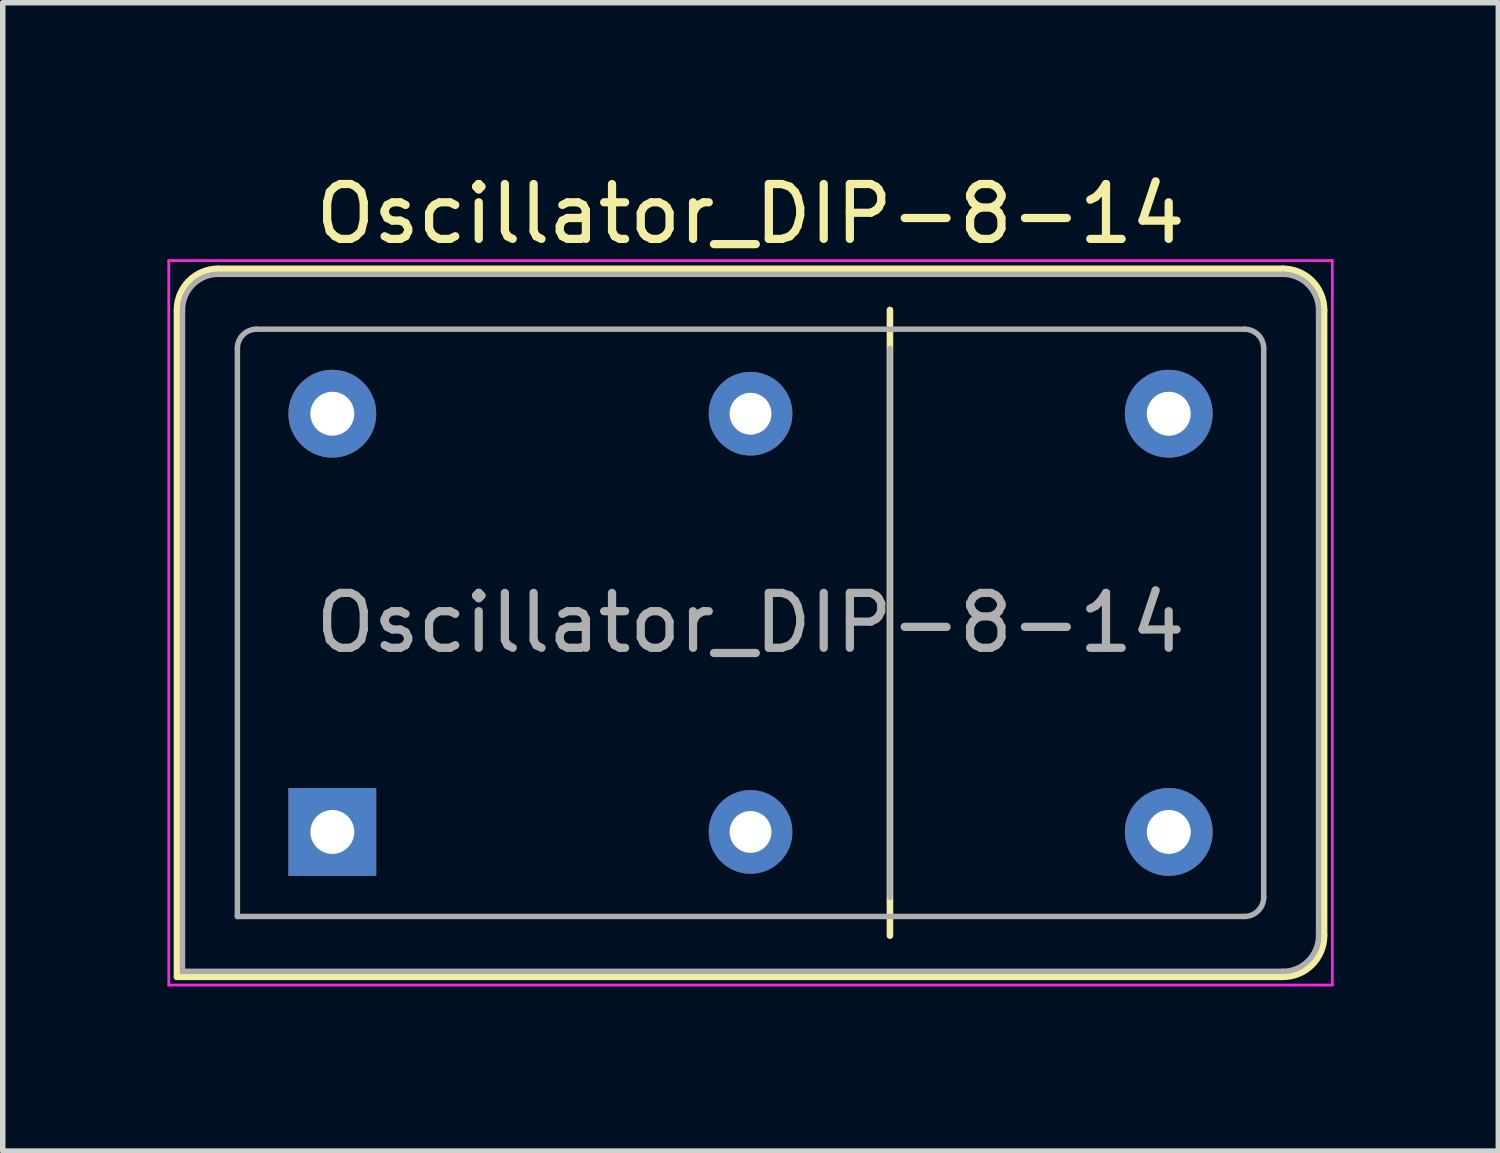
<source format=kicad_pcb>
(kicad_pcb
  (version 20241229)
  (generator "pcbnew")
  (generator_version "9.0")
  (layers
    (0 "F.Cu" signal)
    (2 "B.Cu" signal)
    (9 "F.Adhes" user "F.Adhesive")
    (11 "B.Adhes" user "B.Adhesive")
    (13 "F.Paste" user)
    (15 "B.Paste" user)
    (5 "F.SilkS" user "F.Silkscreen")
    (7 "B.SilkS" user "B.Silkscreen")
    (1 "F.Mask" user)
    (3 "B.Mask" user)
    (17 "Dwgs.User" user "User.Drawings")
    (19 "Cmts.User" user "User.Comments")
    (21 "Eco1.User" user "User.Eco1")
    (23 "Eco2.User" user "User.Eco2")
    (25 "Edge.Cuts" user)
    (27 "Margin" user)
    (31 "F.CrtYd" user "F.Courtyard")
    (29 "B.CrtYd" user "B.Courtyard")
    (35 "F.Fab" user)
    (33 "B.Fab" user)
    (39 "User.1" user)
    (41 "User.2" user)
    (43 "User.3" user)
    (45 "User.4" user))
  (footprint "Oscillator_DIP-8-14"
    (layer "F.Cu")
    (at 3.005 12.108)
    (property "Reference" "Oscillator_DIP-8-14" (at 7.62 -11.26 0) (layer "F.SilkS") (effects (font (size 1 1) (thickness 0.15))))
    (attr through_hole)
    (fp_line (start -2.83 -9.51) (end -2.83 2.64) (stroke (width 0.12) (type solid)) (layer "F.SilkS"))
    (fp_line (start -2.83 2.64) (end 17.32 2.64) (stroke (width 0.12) (type solid)) (layer "F.SilkS"))
    (fp_line (start 10.16 1.89) (end 10.16 -9.51) (stroke (width 0.12) (type solid)) (layer "F.SilkS"))
    (fp_line (start 17.32 -10.26) (end -2.08 -10.26) (stroke (width 0.12) (type solid)) (layer "F.SilkS"))
    (fp_line (start 18.07 1.89) (end 18.07 -9.51) (stroke (width 0.12) (type solid)) (layer "F.SilkS"))
    (fp_arc (start -2.83 -9.51) (mid -2.61033 -10.04033) (end -2.08 -10.26) (stroke (width 0.12) (type solid)) (layer "F.SilkS"))
    (fp_arc (start 17.32 -10.26) (mid 17.85033 -10.04033) (end 18.07 -9.51) (stroke (width 0.12) (type solid)) (layer "F.SilkS"))
    (fp_arc (start 18.07 1.89) (mid 17.85033 2.42033) (end 17.32 2.64) (stroke (width 0.12) (type solid)) (layer "F.SilkS"))
    (fp_line (start -2.98 -10.41) (end -2.98 2.79) (stroke (width 0.05) (type solid)) (layer "F.CrtYd"))
    (fp_line (start -2.98 2.79) (end 18.22 2.79) (stroke (width 0.05) (type solid)) (layer "F.CrtYd"))
    (fp_line (start 18.22 -10.41) (end -2.98 -10.41) (stroke (width 0.05) (type solid)) (layer "F.CrtYd"))
    (fp_line (start 18.22 2.79) (end 18.22 -10.41) (stroke (width 0.05) (type solid)) (layer "F.CrtYd"))
    (fp_line (start -2.73 2.54) (end -2.73 -9.51) (stroke (width 0.1) (type solid)) (layer "F.Fab"))
    (fp_line (start -2.73 2.54) (end 17.32 2.54) (stroke (width 0.1) (type solid)) (layer "F.Fab"))
    (fp_line (start -2.08 -10.16) (end 17.32 -10.16) (stroke (width 0.1) (type solid)) (layer "F.Fab"))
    (fp_line (start -1.73 1.54) (end -1.73 -8.81) (stroke (width 0.1) (type solid)) (layer "F.Fab"))
    (fp_line (start -1.73 1.54) (end 16.62 1.54) (stroke (width 0.1) (type solid)) (layer "F.Fab"))
    (fp_line (start -1.38 -9.16) (end 16.62 -9.16) (stroke (width 0.1) (type solid)) (layer "F.Fab"))
    (fp_line (start 10.16 1.19) (end 10.16 -8.81) (stroke (width 0.1) (type solid)) (layer "F.Fab"))
    (fp_line (start 16.97 1.19) (end 16.97 -8.81) (stroke (width 0.1) (type solid)) (layer "F.Fab"))
    (fp_line (start 17.97 -9.51) (end 17.97 1.89) (stroke (width 0.1) (type solid)) (layer "F.Fab"))
    (fp_arc (start -2.73 -9.51) (mid -2.539619 -9.969619) (end -2.08 -10.16) (stroke (width 0.1) (type solid)) (layer "F.Fab"))
    (fp_arc (start -1.73 -8.81) (mid -1.627487 -9.057487) (end -1.38 -9.16) (stroke (width 0.1) (type solid)) (layer "F.Fab"))
    (fp_arc (start 16.62 -9.16) (mid 16.867487 -9.057487) (end 16.97 -8.81) (stroke (width 0.1) (type solid)) (layer "F.Fab"))
    (fp_arc (start 16.97 1.19) (mid 16.867487 1.437487) (end 16.62 1.54) (stroke (width 0.1) (type solid)) (layer "F.Fab"))
    (fp_arc (start 17.32 -10.16) (mid 17.779619 -9.969619) (end 17.97 -9.51) (stroke (width 0.1) (type solid)) (layer "F.Fab"))
    (fp_arc (start 17.97 1.89) (mid 17.779619 2.349619) (end 17.32 2.54) (stroke (width 0.1) (type solid)) (layer "F.Fab"))
    (fp_text user "${REFERENCE}" (at 7.62 -3.81 0) (layer "F.Fab") (effects (font (size 1 1) (thickness 0.15))))
    (pad "1" thru_hole rect (at 0 0) (size 1.6 1.6) (drill 0.8) (layers "*.Cu" "*.Mask"))
    (pad "4" thru_hole circle (at 7.62 0) (size 1.524 1.524) (drill 0.762) (layers "*.Cu" "*.Mask"))
    (pad "7" thru_hole circle (at 15.24 0) (size 1.6 1.6) (drill 0.8) (layers "*.Cu" "*.Mask"))
    (pad "8" thru_hole circle (at 15.24 -7.62) (size 1.6 1.6) (drill 0.8) (layers "*.Cu" "*.Mask"))
    (pad "11" thru_hole circle (at 7.62 -7.62) (size 1.524 1.524) (drill 0.762) (layers "*.Cu" "*.Mask"))
    (pad "14" thru_hole circle (at 0 -7.62) (size 1.6 1.6) (drill 0.8) (layers "*.Cu" "*.Mask")))
  (gr_rect
    (start -3 -3)
    (end 24.25 17.923)
    (stroke (width 0.1) (type default))
    (fill no)
    (layer "Edge.Cuts")))
</source>
